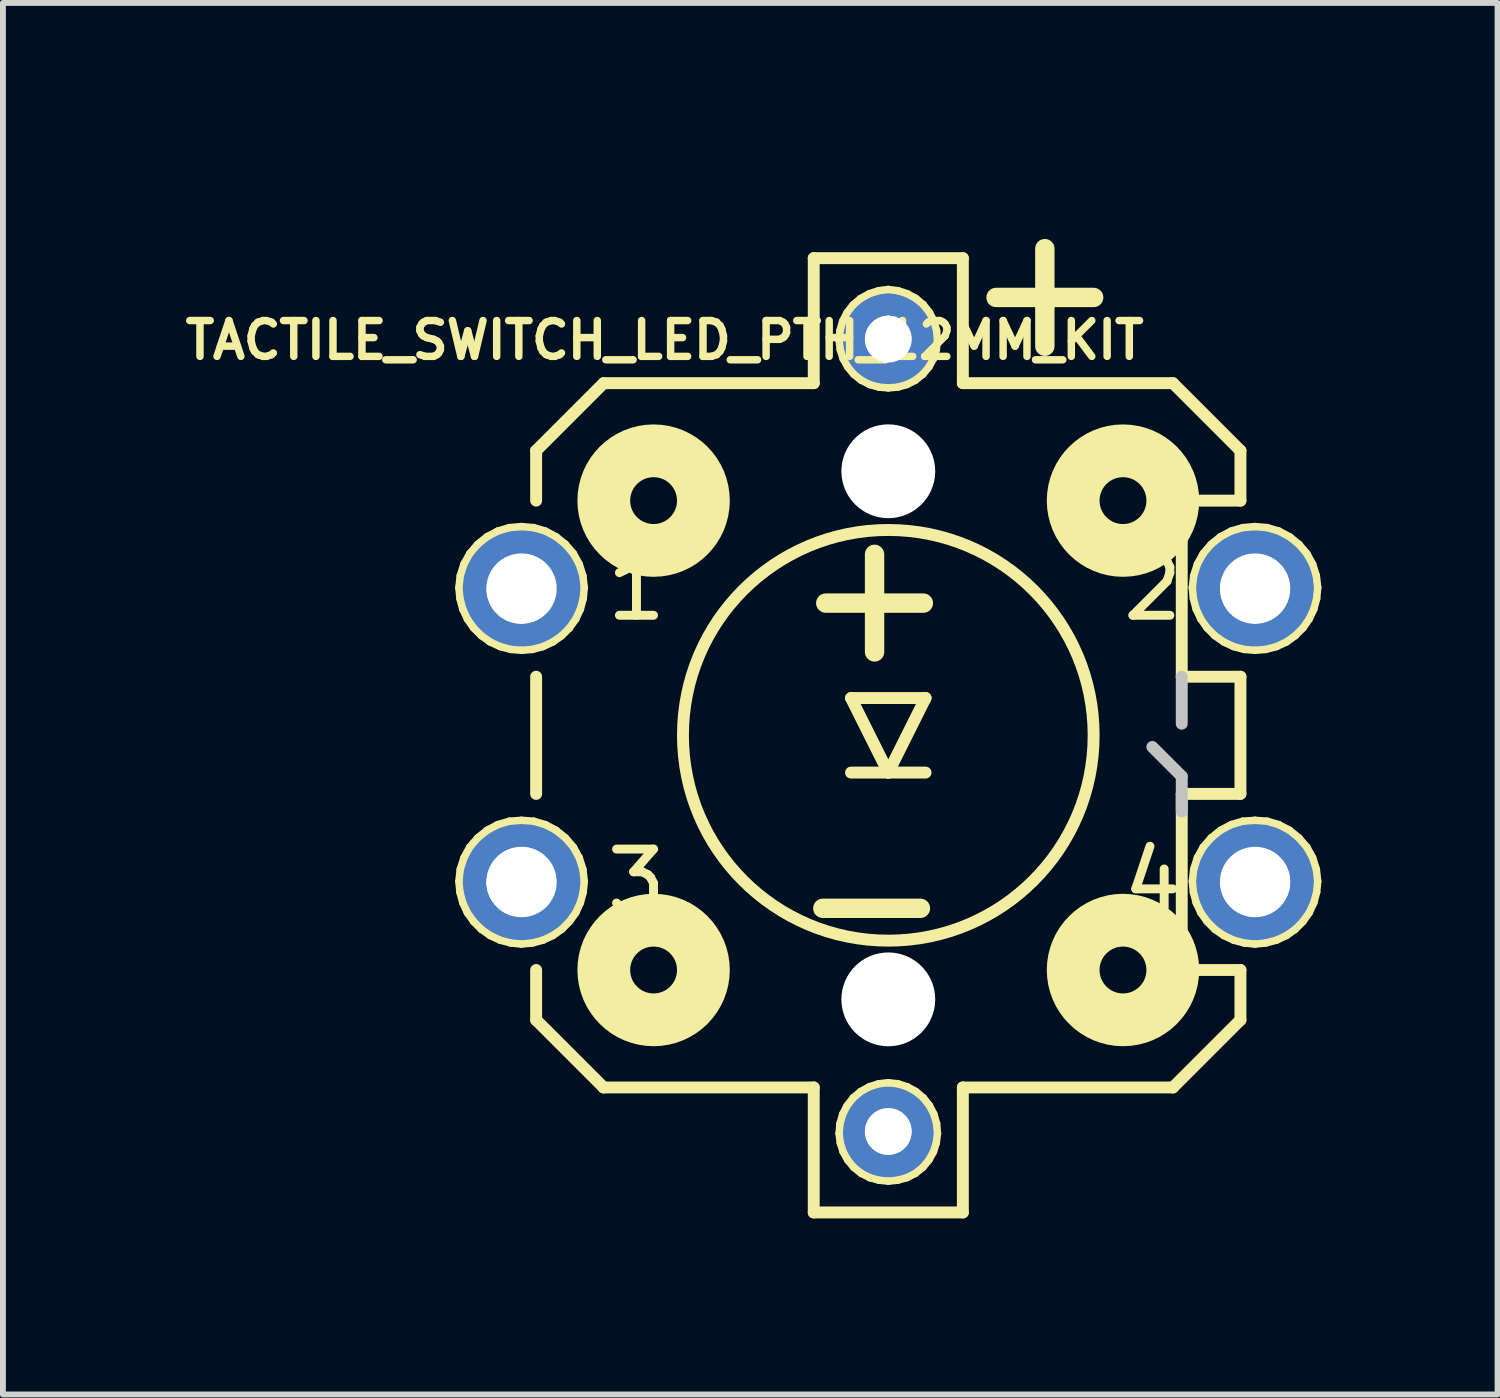
<source format=kicad_pcb>
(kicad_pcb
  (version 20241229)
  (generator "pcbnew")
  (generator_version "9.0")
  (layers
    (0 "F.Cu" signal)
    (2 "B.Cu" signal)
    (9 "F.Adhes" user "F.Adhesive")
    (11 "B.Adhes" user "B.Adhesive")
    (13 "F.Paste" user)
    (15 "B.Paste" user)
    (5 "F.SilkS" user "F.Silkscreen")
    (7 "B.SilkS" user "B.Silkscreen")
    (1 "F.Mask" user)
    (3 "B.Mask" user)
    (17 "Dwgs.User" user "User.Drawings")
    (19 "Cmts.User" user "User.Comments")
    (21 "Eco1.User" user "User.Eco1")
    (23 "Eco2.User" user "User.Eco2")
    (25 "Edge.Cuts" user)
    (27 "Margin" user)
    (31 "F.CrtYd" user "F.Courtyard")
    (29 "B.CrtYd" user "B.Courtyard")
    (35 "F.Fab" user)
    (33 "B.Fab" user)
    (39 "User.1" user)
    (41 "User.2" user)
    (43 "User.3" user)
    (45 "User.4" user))
  (footprint "TACTILE_SWITCH_LED_PTH_12MM_KIT"
    (layer "F.Cu")
    (at 12.082 9.476)
    (property "Reference" "TACTILE_SWITCH_LED_PTH_12MM_KIT" (at -3.81 -6.731 0) (layer "F.SilkS") (effects (font (size 0.61 0.61) (thickness 0.127))))
    (attr exclude_from_pos_files exclude_from_bom)
    (fp_line (start -7.315 -2.515) (end -7.297 -2.329) (stroke (width 0.127) (type solid)) (layer "F.SilkS"))
    (fp_line (start -7.315 2.489) (end -7.297 2.672) (stroke (width 0.127) (type solid)) (layer "F.SilkS"))
    (fp_line (start -7.297 -2.329) (end -7.249 -2.149) (stroke (width 0.127) (type solid)) (layer "F.SilkS"))
    (fp_line (start -7.297 2.672) (end -7.249 2.852) (stroke (width 0.127) (type solid)) (layer "F.SilkS"))
    (fp_line (start -7.292 -2.718) (end -7.315 -2.515) (stroke (width 0.127) (type solid)) (layer "F.SilkS"))
    (fp_line (start -7.292 2.283) (end -7.315 2.489) (stroke (width 0.127) (type solid)) (layer "F.SilkS"))
    (fp_line (start -7.249 -2.149) (end -7.17 -1.981) (stroke (width 0.127) (type solid)) (layer "F.SilkS"))
    (fp_line (start -7.249 2.852) (end -7.17 3.023) (stroke (width 0.127) (type solid)) (layer "F.SilkS"))
    (fp_line (start -7.229 -2.916) (end -7.292 -2.718) (stroke (width 0.127) (type solid)) (layer "F.SilkS"))
    (fp_line (start -7.229 2.085) (end -7.292 2.283) (stroke (width 0.127) (type solid)) (layer "F.SilkS"))
    (fp_line (start -7.17 -1.981) (end -7.064 -1.829) (stroke (width 0.127) (type solid)) (layer "F.SilkS"))
    (fp_line (start -7.17 3.023) (end -7.064 3.172) (stroke (width 0.127) (type solid)) (layer "F.SilkS"))
    (fp_line (start -7.13 -3.096) (end -7.229 -2.916) (stroke (width 0.127) (type solid)) (layer "F.SilkS"))
    (fp_line (start -7.13 1.905) (end -7.229 2.085) (stroke (width 0.127) (type solid)) (layer "F.SilkS"))
    (fp_line (start -7.064 -1.829) (end -6.932 -1.697) (stroke (width 0.127) (type solid)) (layer "F.SilkS"))
    (fp_line (start -7.064 3.172) (end -6.932 3.305) (stroke (width 0.127) (type solid)) (layer "F.SilkS"))
    (fp_line (start -6.995 -3.254) (end -7.13 -3.096) (stroke (width 0.127) (type solid)) (layer "F.SilkS"))
    (fp_line (start -6.995 1.748) (end -7.13 1.905) (stroke (width 0.127) (type solid)) (layer "F.SilkS"))
    (fp_line (start -6.932 -1.697) (end -6.782 -1.59) (stroke (width 0.127) (type solid)) (layer "F.SilkS"))
    (fp_line (start -6.932 3.305) (end -6.782 3.411) (stroke (width 0.127) (type solid)) (layer "F.SilkS"))
    (fp_line (start -6.835 -3.383) (end -6.995 -3.254) (stroke (width 0.127) (type solid)) (layer "F.SilkS"))
    (fp_line (start -6.835 1.618) (end -6.995 1.748) (stroke (width 0.127) (type solid)) (layer "F.SilkS"))
    (fp_line (start -6.782 -1.59) (end -6.612 -1.511) (stroke (width 0.127) (type solid)) (layer "F.SilkS"))
    (fp_line (start -6.782 2.52) (end -6.764 2.634) (stroke (width 0.127) (type solid)) (layer "F.SilkS"))
    (fp_line (start -6.782 3.411) (end -6.612 3.49) (stroke (width 0.127) (type solid)) (layer "F.SilkS"))
    (fp_line (start -6.777 -2.469) (end -6.761 -2.355) (stroke (width 0.127) (type solid)) (layer "F.SilkS"))
    (fp_line (start -6.769 2.398) (end -6.782 2.52) (stroke (width 0.127) (type solid)) (layer "F.SilkS"))
    (fp_line (start -6.767 -2.591) (end -6.777 -2.469) (stroke (width 0.127) (type solid)) (layer "F.SilkS"))
    (fp_line (start -6.764 2.634) (end -6.723 2.741) (stroke (width 0.127) (type solid)) (layer "F.SilkS"))
    (fp_line (start -6.761 -2.355) (end -6.721 -2.248) (stroke (width 0.127) (type solid)) (layer "F.SilkS"))
    (fp_line (start -6.731 2.283) (end -6.769 2.398) (stroke (width 0.127) (type solid)) (layer "F.SilkS"))
    (fp_line (start -6.728 -2.705) (end -6.767 -2.591) (stroke (width 0.127) (type solid)) (layer "F.SilkS"))
    (fp_line (start -6.723 2.741) (end -6.66 2.837) (stroke (width 0.127) (type solid)) (layer "F.SilkS"))
    (fp_line (start -6.721 -2.248) (end -6.657 -2.151) (stroke (width 0.127) (type solid)) (layer "F.SilkS"))
    (fp_line (start -6.67 2.179) (end -6.731 2.283) (stroke (width 0.127) (type solid)) (layer "F.SilkS"))
    (fp_line (start -6.668 -2.809) (end -6.728 -2.705) (stroke (width 0.127) (type solid)) (layer "F.SilkS"))
    (fp_line (start -6.66 2.837) (end -6.576 2.918) (stroke (width 0.127) (type solid)) (layer "F.SilkS"))
    (fp_line (start -6.657 -2.151) (end -6.574 -2.07) (stroke (width 0.127) (type solid)) (layer "F.SilkS"))
    (fp_line (start -6.652 -3.48) (end -6.835 -3.383) (stroke (width 0.127) (type solid)) (layer "F.SilkS"))
    (fp_line (start -6.652 1.521) (end -6.835 1.618) (stroke (width 0.127) (type solid)) (layer "F.SilkS"))
    (fp_line (start -6.612 -1.511) (end -6.431 -1.463) (stroke (width 0.127) (type solid)) (layer "F.SilkS"))
    (fp_line (start -6.612 3.49) (end -6.431 3.538) (stroke (width 0.127) (type solid)) (layer "F.SilkS"))
    (fp_line (start -6.586 2.093) (end -6.67 2.179) (stroke (width 0.127) (type solid)) (layer "F.SilkS"))
    (fp_line (start -6.584 -2.896) (end -6.668 -2.809) (stroke (width 0.127) (type solid)) (layer "F.SilkS"))
    (fp_line (start -6.576 2.918) (end -6.477 2.977) (stroke (width 0.127) (type solid)) (layer "F.SilkS"))
    (fp_line (start -6.574 -2.07) (end -6.474 -2.012) (stroke (width 0.127) (type solid)) (layer "F.SilkS"))
    (fp_line (start -6.485 2.024) (end -6.586 2.093) (stroke (width 0.127) (type solid)) (layer "F.SilkS"))
    (fp_line (start -6.482 -2.964) (end -6.584 -2.896) (stroke (width 0.127) (type solid)) (layer "F.SilkS"))
    (fp_line (start -6.477 2.977) (end -6.368 3.012) (stroke (width 0.127) (type solid)) (layer "F.SilkS"))
    (fp_line (start -6.474 -2.012) (end -6.365 -1.976) (stroke (width 0.127) (type solid)) (layer "F.SilkS"))
    (fp_line (start -6.454 -3.538) (end -6.652 -3.48) (stroke (width 0.127) (type solid)) (layer "F.SilkS"))
    (fp_line (start -6.454 1.463) (end -6.652 1.521) (stroke (width 0.127) (type solid)) (layer "F.SilkS"))
    (fp_line (start -6.431 -1.463) (end -6.248 -1.448) (stroke (width 0.127) (type solid)) (layer "F.SilkS"))
    (fp_line (start -6.431 3.538) (end -6.248 3.556) (stroke (width 0.127) (type solid)) (layer "F.SilkS"))
    (fp_line (start -6.373 1.984) (end -6.485 2.024) (stroke (width 0.127) (type solid)) (layer "F.SilkS"))
    (fp_line (start -6.37 -3.005) (end -6.482 -2.964) (stroke (width 0.127) (type solid)) (layer "F.SilkS"))
    (fp_line (start -6.368 3.012) (end -6.253 3.025) (stroke (width 0.127) (type solid)) (layer "F.SilkS"))
    (fp_line (start -6.365 -1.976) (end -6.251 -1.963) (stroke (width 0.127) (type solid)) (layer "F.SilkS"))
    (fp_line (start -6.253 3.025) (end -6.134 3.007) (stroke (width 0.127) (type solid)) (layer "F.SilkS"))
    (fp_line (start -6.251 -1.963) (end -6.132 -1.981) (stroke (width 0.127) (type solid)) (layer "F.SilkS"))
    (fp_line (start -6.251 1.968) (end -6.373 1.984) (stroke (width 0.127) (type solid)) (layer "F.SilkS"))
    (fp_line (start -6.248 -3.556) (end -6.454 -3.538) (stroke (width 0.127) (type solid)) (layer "F.SilkS"))
    (fp_line (start -6.248 -3.02) (end -6.37 -3.005) (stroke (width 0.127) (type solid)) (layer "F.SilkS"))
    (fp_line (start -6.248 -1.448) (end -6.063 -1.463) (stroke (width 0.127) (type solid)) (layer "F.SilkS"))
    (fp_line (start -6.248 1.448) (end -6.454 1.463) (stroke (width 0.127) (type solid)) (layer "F.SilkS"))
    (fp_line (start -6.248 3.556) (end -6.063 3.538) (stroke (width 0.127) (type solid)) (layer "F.SilkS"))
    (fp_line (start -6.137 1.979) (end -6.251 1.968) (stroke (width 0.127) (type solid)) (layer "F.SilkS"))
    (fp_line (start -6.134 -3.01) (end -6.248 -3.02) (stroke (width 0.127) (type solid)) (layer "F.SilkS"))
    (fp_line (start -6.134 3.007) (end -6.02 2.967) (stroke (width 0.127) (type solid)) (layer "F.SilkS"))
    (fp_line (start -6.132 -1.981) (end -6.017 -2.022) (stroke (width 0.127) (type solid)) (layer "F.SilkS"))
    (fp_line (start -6.063 -1.463) (end -5.883 -1.511) (stroke (width 0.127) (type solid)) (layer "F.SilkS"))
    (fp_line (start -6.063 3.538) (end -5.883 3.49) (stroke (width 0.127) (type solid)) (layer "F.SilkS"))
    (fp_line (start -6.04 -3.538) (end -6.248 -3.556) (stroke (width 0.127) (type solid)) (layer "F.SilkS"))
    (fp_line (start -6.04 1.463) (end -6.248 1.448) (stroke (width 0.127) (type solid)) (layer "F.SilkS"))
    (fp_line (start -6.027 2.014) (end -6.137 1.979) (stroke (width 0.127) (type solid)) (layer "F.SilkS"))
    (fp_line (start -6.025 -2.974) (end -6.134 -3.01) (stroke (width 0.127) (type solid)) (layer "F.SilkS"))
    (fp_line (start -6.02 2.967) (end -5.921 2.901) (stroke (width 0.127) (type solid)) (layer "F.SilkS"))
    (fp_line (start -6.017 -2.022) (end -5.918 -2.088) (stroke (width 0.127) (type solid)) (layer "F.SilkS"))
    (fp_line (start -5.999 -4.849) (end -4.849 -5.999) (stroke (width 0.203) (type solid)) (layer "F.SilkS"))
    (fp_line (start -5.999 -3.998) (end -5.999 -4.849) (stroke (width 0.203) (type solid)) (layer "F.SilkS"))
    (fp_line (start -5.999 0.998) (end -5.999 -0.998) (stroke (width 0.203) (type solid)) (layer "F.SilkS"))
    (fp_line (start -5.999 4.849) (end -5.999 3.998) (stroke (width 0.203) (type solid)) (layer "F.SilkS"))
    (fp_line (start -5.928 2.075) (end -6.027 2.014) (stroke (width 0.127) (type solid)) (layer "F.SilkS"))
    (fp_line (start -5.926 -2.913) (end -6.025 -2.974) (stroke (width 0.127) (type solid)) (layer "F.SilkS"))
    (fp_line (start -5.921 2.901) (end -5.837 2.814) (stroke (width 0.127) (type solid)) (layer "F.SilkS"))
    (fp_line (start -5.918 -2.088) (end -5.834 -2.174) (stroke (width 0.127) (type solid)) (layer "F.SilkS"))
    (fp_line (start -5.883 -1.511) (end -5.715 -1.59) (stroke (width 0.127) (type solid)) (layer "F.SilkS"))
    (fp_line (start -5.883 3.49) (end -5.715 3.411) (stroke (width 0.127) (type solid)) (layer "F.SilkS"))
    (fp_line (start -5.845 2.156) (end -5.928 2.075) (stroke (width 0.127) (type solid)) (layer "F.SilkS"))
    (fp_line (start -5.842 -3.48) (end -6.04 -3.538) (stroke (width 0.127) (type solid)) (layer "F.SilkS"))
    (fp_line (start -5.842 -2.832) (end -5.926 -2.913) (stroke (width 0.127) (type solid)) (layer "F.SilkS"))
    (fp_line (start -5.842 1.521) (end -6.04 1.463) (stroke (width 0.127) (type solid)) (layer "F.SilkS"))
    (fp_line (start -5.837 2.814) (end -5.776 2.71) (stroke (width 0.127) (type solid)) (layer "F.SilkS"))
    (fp_line (start -5.834 -2.174) (end -5.773 -2.278) (stroke (width 0.127) (type solid)) (layer "F.SilkS"))
    (fp_line (start -5.781 2.253) (end -5.845 2.156) (stroke (width 0.127) (type solid)) (layer "F.SilkS"))
    (fp_line (start -5.779 -2.736) (end -5.842 -2.832) (stroke (width 0.127) (type solid)) (layer "F.SilkS"))
    (fp_line (start -5.776 2.71) (end -5.738 2.598) (stroke (width 0.127) (type solid)) (layer "F.SilkS"))
    (fp_line (start -5.773 -2.278) (end -5.735 -2.39) (stroke (width 0.127) (type solid)) (layer "F.SilkS"))
    (fp_line (start -5.74 2.362) (end -5.781 2.253) (stroke (width 0.127) (type solid)) (layer "F.SilkS"))
    (fp_line (start -5.738 -2.626) (end -5.779 -2.736) (stroke (width 0.127) (type solid)) (layer "F.SilkS"))
    (fp_line (start -5.738 2.598) (end -5.728 2.479) (stroke (width 0.127) (type solid)) (layer "F.SilkS"))
    (fp_line (start -5.735 -2.39) (end -5.723 -2.51) (stroke (width 0.127) (type solid)) (layer "F.SilkS"))
    (fp_line (start -5.728 2.479) (end -5.74 2.362) (stroke (width 0.127) (type solid)) (layer "F.SilkS"))
    (fp_line (start -5.723 -2.51) (end -5.738 -2.626) (stroke (width 0.127) (type solid)) (layer "F.SilkS"))
    (fp_line (start -5.715 -1.59) (end -5.563 -1.697) (stroke (width 0.127) (type solid)) (layer "F.SilkS"))
    (fp_line (start -5.715 3.411) (end -5.563 3.305) (stroke (width 0.127) (type solid)) (layer "F.SilkS"))
    (fp_line (start -5.659 -3.383) (end -5.842 -3.48) (stroke (width 0.127) (type solid)) (layer "F.SilkS"))
    (fp_line (start -5.659 1.618) (end -5.842 1.521) (stroke (width 0.127) (type solid)) (layer "F.SilkS"))
    (fp_line (start -5.563 -1.697) (end -5.431 -1.829) (stroke (width 0.127) (type solid)) (layer "F.SilkS"))
    (fp_line (start -5.563 3.305) (end -5.431 3.172) (stroke (width 0.127) (type solid)) (layer "F.SilkS"))
    (fp_line (start -5.499 -3.254) (end -5.659 -3.383) (stroke (width 0.127) (type solid)) (layer "F.SilkS"))
    (fp_line (start -5.499 1.748) (end -5.659 1.618) (stroke (width 0.127) (type solid)) (layer "F.SilkS"))
    (fp_line (start -5.431 -1.829) (end -5.324 -1.981) (stroke (width 0.127) (type solid)) (layer "F.SilkS"))
    (fp_line (start -5.431 3.172) (end -5.324 3.023) (stroke (width 0.127) (type solid)) (layer "F.SilkS"))
    (fp_line (start -5.364 -3.096) (end -5.499 -3.254) (stroke (width 0.127) (type solid)) (layer "F.SilkS"))
    (fp_line (start -5.364 1.905) (end -5.499 1.748) (stroke (width 0.127) (type solid)) (layer "F.SilkS"))
    (fp_line (start -5.324 -1.981) (end -5.245 -2.149) (stroke (width 0.127) (type solid)) (layer "F.SilkS"))
    (fp_line (start -5.324 3.023) (end -5.245 2.852) (stroke (width 0.127) (type solid)) (layer "F.SilkS"))
    (fp_line (start -5.265 -2.916) (end -5.364 -3.096) (stroke (width 0.127) (type solid)) (layer "F.SilkS"))
    (fp_line (start -5.265 2.085) (end -5.364 1.905) (stroke (width 0.127) (type solid)) (layer "F.SilkS"))
    (fp_line (start -5.245 -2.149) (end -5.197 -2.329) (stroke (width 0.127) (type solid)) (layer "F.SilkS"))
    (fp_line (start -5.245 2.852) (end -5.197 2.672) (stroke (width 0.127) (type solid)) (layer "F.SilkS"))
    (fp_line (start -5.202 -2.718) (end -5.265 -2.916) (stroke (width 0.127) (type solid)) (layer "F.SilkS"))
    (fp_line (start -5.202 2.283) (end -5.265 2.085) (stroke (width 0.127) (type solid)) (layer "F.SilkS"))
    (fp_line (start -5.197 -2.329) (end -5.179 -2.515) (stroke (width 0.127) (type solid)) (layer "F.SilkS"))
    (fp_line (start -5.197 2.672) (end -5.179 2.489) (stroke (width 0.127) (type solid)) (layer "F.SilkS"))
    (fp_line (start -5.179 -2.515) (end -5.202 -2.718) (stroke (width 0.127) (type solid)) (layer "F.SilkS"))
    (fp_line (start -5.179 2.489) (end -5.202 2.283) (stroke (width 0.127) (type solid)) (layer "F.SilkS"))
    (fp_line (start -4.849 -5.999) (end -1.27 -5.999) (stroke (width 0.203) (type solid)) (layer "F.SilkS"))
    (fp_line (start -4.849 5.999) (end -5.999 4.849) (stroke (width 0.203) (type solid)) (layer "F.SilkS"))
    (fp_line (start -1.27 -8.128) (end 1.27 -8.128) (stroke (width 0.203) (type solid)) (layer "F.SilkS"))
    (fp_line (start -1.27 -5.999) (end -1.27 -8.128) (stroke (width 0.203) (type solid)) (layer "F.SilkS"))
    (fp_line (start -1.27 5.999) (end -4.849 5.999) (stroke (width 0.203) (type solid)) (layer "F.SilkS"))
    (fp_line (start -1.27 8.128) (end -1.27 5.999) (stroke (width 0.203) (type solid)) (layer "F.SilkS"))
    (fp_line (start -0.838 -6.731) (end -0.818 -6.568) (stroke (width 0.127) (type solid)) (layer "F.SilkS"))
    (fp_line (start -0.838 6.782) (end -0.818 6.942) (stroke (width 0.127) (type solid)) (layer "F.SilkS"))
    (fp_line (start -0.823 -6.896) (end -0.838 -6.731) (stroke (width 0.127) (type solid)) (layer "F.SilkS"))
    (fp_line (start -0.823 6.614) (end -0.838 6.782) (stroke (width 0.127) (type solid)) (layer "F.SilkS"))
    (fp_line (start -0.818 -6.568) (end -0.77 -6.416) (stroke (width 0.127) (type solid)) (layer "F.SilkS"))
    (fp_line (start -0.818 6.942) (end -0.77 7.094) (stroke (width 0.127) (type solid)) (layer "F.SilkS"))
    (fp_line (start -0.777 -7.056) (end -0.823 -6.896) (stroke (width 0.127) (type solid)) (layer "F.SilkS"))
    (fp_line (start -0.777 6.454) (end -0.823 6.614) (stroke (width 0.127) (type solid)) (layer "F.SilkS"))
    (fp_line (start -0.77 -6.416) (end -0.691 -6.274) (stroke (width 0.127) (type solid)) (layer "F.SilkS"))
    (fp_line (start -0.77 7.094) (end -0.691 7.236) (stroke (width 0.127) (type solid)) (layer "F.SilkS"))
    (fp_line (start -0.701 -7.203) (end -0.777 -7.056) (stroke (width 0.127) (type solid)) (layer "F.SilkS"))
    (fp_line (start -0.701 6.307) (end -0.777 6.454) (stroke (width 0.127) (type solid)) (layer "F.SilkS"))
    (fp_line (start -0.691 -6.274) (end -0.587 -6.149) (stroke (width 0.127) (type solid)) (layer "F.SilkS"))
    (fp_line (start -0.691 7.236) (end -0.587 7.361) (stroke (width 0.127) (type solid)) (layer "F.SilkS"))
    (fp_line (start -0.635 -0.635) (end 0 0.635) (stroke (width 0.203) (type solid)) (layer "F.SilkS"))
    (fp_line (start -0.597 -7.336) (end -0.701 -7.203) (stroke (width 0.127) (type solid)) (layer "F.SilkS"))
    (fp_line (start -0.597 6.175) (end -0.701 6.307) (stroke (width 0.127) (type solid)) (layer "F.SilkS"))
    (fp_line (start -0.587 -6.149) (end -0.46 -6.048) (stroke (width 0.127) (type solid)) (layer "F.SilkS"))
    (fp_line (start -0.587 7.361) (end -0.46 7.463) (stroke (width 0.127) (type solid)) (layer "F.SilkS"))
    (fp_line (start -0.47 -7.442) (end -0.597 -7.336) (stroke (width 0.127) (type solid)) (layer "F.SilkS"))
    (fp_line (start -0.47 6.068) (end -0.597 6.175) (stroke (width 0.127) (type solid)) (layer "F.SilkS"))
    (fp_line (start -0.46 -6.048) (end -0.315 -5.974) (stroke (width 0.127) (type solid)) (layer "F.SilkS"))
    (fp_line (start -0.46 7.463) (end -0.315 7.536) (stroke (width 0.127) (type solid)) (layer "F.SilkS"))
    (fp_line (start -0.33 -6.731) (end -0.315 -6.647) (stroke (width 0.127) (type solid)) (layer "F.SilkS"))
    (fp_line (start -0.33 6.774) (end -0.315 6.855) (stroke (width 0.127) (type solid)) (layer "F.SilkS"))
    (fp_line (start -0.323 -7.523) (end -0.47 -7.442) (stroke (width 0.127) (type solid)) (layer "F.SilkS"))
    (fp_line (start -0.323 -6.807) (end -0.33 -6.731) (stroke (width 0.127) (type solid)) (layer "F.SilkS"))
    (fp_line (start -0.323 5.987) (end -0.47 6.068) (stroke (width 0.127) (type solid)) (layer "F.SilkS"))
    (fp_line (start -0.323 6.695) (end -0.33 6.774) (stroke (width 0.127) (type solid)) (layer "F.SilkS"))
    (fp_line (start -0.315 -6.647) (end -0.279 -6.574) (stroke (width 0.127) (type solid)) (layer "F.SilkS"))
    (fp_line (start -0.315 -5.974) (end -0.16 -5.931) (stroke (width 0.127) (type solid)) (layer "F.SilkS"))
    (fp_line (start -0.315 6.855) (end -0.279 6.929) (stroke (width 0.127) (type solid)) (layer "F.SilkS"))
    (fp_line (start -0.315 7.536) (end -0.16 7.579) (stroke (width 0.127) (type solid)) (layer "F.SilkS"))
    (fp_line (start -0.3 -6.881) (end -0.323 -6.807) (stroke (width 0.127) (type solid)) (layer "F.SilkS"))
    (fp_line (start -0.3 6.622) (end -0.323 6.695) (stroke (width 0.127) (type solid)) (layer "F.SilkS"))
    (fp_line (start -0.279 -6.574) (end -0.226 -6.51) (stroke (width 0.127) (type solid)) (layer "F.SilkS"))
    (fp_line (start -0.279 6.929) (end -0.226 6.993) (stroke (width 0.127) (type solid)) (layer "F.SilkS"))
    (fp_line (start -0.262 -6.947) (end -0.3 -6.881) (stroke (width 0.127) (type solid)) (layer "F.SilkS"))
    (fp_line (start -0.262 6.556) (end -0.3 6.622) (stroke (width 0.127) (type solid)) (layer "F.SilkS"))
    (fp_line (start -0.226 -6.51) (end -0.16 -6.462) (stroke (width 0.127) (type solid)) (layer "F.SilkS"))
    (fp_line (start -0.226 6.993) (end -0.16 7.041) (stroke (width 0.127) (type solid)) (layer "F.SilkS"))
    (fp_line (start -0.211 -7.003) (end -0.262 -6.947) (stroke (width 0.127) (type solid)) (layer "F.SilkS"))
    (fp_line (start -0.211 6.5) (end -0.262 6.556) (stroke (width 0.127) (type solid)) (layer "F.SilkS"))
    (fp_line (start -0.165 -7.574) (end -0.323 -7.523) (stroke (width 0.127) (type solid)) (layer "F.SilkS"))
    (fp_line (start -0.165 5.936) (end -0.323 5.987) (stroke (width 0.127) (type solid)) (layer "F.SilkS"))
    (fp_line (start -0.16 -6.462) (end -0.081 -6.431) (stroke (width 0.127) (type solid)) (layer "F.SilkS"))
    (fp_line (start -0.16 -5.931) (end 0 -5.918) (stroke (width 0.127) (type solid)) (layer "F.SilkS"))
    (fp_line (start -0.16 7.041) (end -0.081 7.071) (stroke (width 0.127) (type solid)) (layer "F.SilkS"))
    (fp_line (start -0.16 7.579) (end 0 7.595) (stroke (width 0.127) (type solid)) (layer "F.SilkS"))
    (fp_line (start -0.147 -7.046) (end -0.211 -7.003) (stroke (width 0.127) (type solid)) (layer "F.SilkS"))
    (fp_line (start -0.147 6.457) (end -0.211 6.5) (stroke (width 0.127) (type solid)) (layer "F.SilkS"))
    (fp_line (start -0.081 -6.431) (end 0 -6.426) (stroke (width 0.127) (type solid)) (layer "F.SilkS"))
    (fp_line (start -0.081 7.071) (end 0 7.079) (stroke (width 0.127) (type solid)) (layer "F.SilkS"))
    (fp_line (start -0.074 -7.074) (end -0.147 -7.046) (stroke (width 0.127) (type solid)) (layer "F.SilkS"))
    (fp_line (start -0.074 6.429) (end -0.147 6.457) (stroke (width 0.127) (type solid)) (layer "F.SilkS"))
    (fp_line (start 0 -7.595) (end -0.165 -7.574) (stroke (width 0.127) (type solid)) (layer "F.SilkS"))
    (fp_line (start 0 -7.087) (end -0.074 -7.074) (stroke (width 0.127) (type solid)) (layer "F.SilkS"))
    (fp_line (start 0 -6.426) (end 0.071 -6.434) (stroke (width 0.127) (type solid)) (layer "F.SilkS"))
    (fp_line (start 0 -5.918) (end 0.16 -5.931) (stroke (width 0.127) (type solid)) (layer "F.SilkS"))
    (fp_line (start 0 0.635) (end -0.635 0.635) (stroke (width 0.203) (type solid)) (layer "F.SilkS"))
    (fp_line (start 0 0.635) (end 0.635 -0.635) (stroke (width 0.203) (type solid)) (layer "F.SilkS"))
    (fp_line (start 0 5.918) (end -0.165 5.936) (stroke (width 0.127) (type solid)) (layer "F.SilkS"))
    (fp_line (start 0 6.419) (end -0.074 6.429) (stroke (width 0.127) (type solid)) (layer "F.SilkS"))
    (fp_line (start 0 7.079) (end 0.071 7.069) (stroke (width 0.127) (type solid)) (layer "F.SilkS"))
    (fp_line (start 0 7.595) (end 0.16 7.579) (stroke (width 0.127) (type solid)) (layer "F.SilkS"))
    (fp_line (start 0.071 -6.434) (end 0.142 -6.457) (stroke (width 0.127) (type solid)) (layer "F.SilkS"))
    (fp_line (start 0.071 7.069) (end 0.142 7.046) (stroke (width 0.127) (type solid)) (layer "F.SilkS"))
    (fp_line (start 0.084 -7.074) (end 0 -7.087) (stroke (width 0.127) (type solid)) (layer "F.SilkS"))
    (fp_line (start 0.084 6.429) (end 0 6.419) (stroke (width 0.127) (type solid)) (layer "F.SilkS"))
    (fp_line (start 0.142 -6.457) (end 0.206 -6.497) (stroke (width 0.127) (type solid)) (layer "F.SilkS"))
    (fp_line (start 0.142 7.046) (end 0.206 7.005) (stroke (width 0.127) (type solid)) (layer "F.SilkS"))
    (fp_line (start 0.16 -5.931) (end 0.315 -5.974) (stroke (width 0.127) (type solid)) (layer "F.SilkS"))
    (fp_line (start 0.16 7.579) (end 0.315 7.536) (stroke (width 0.127) (type solid)) (layer "F.SilkS"))
    (fp_line (start 0.165 -7.574) (end 0 -7.595) (stroke (width 0.127) (type solid)) (layer "F.SilkS"))
    (fp_line (start 0.165 -7.041) (end 0.084 -7.074) (stroke (width 0.127) (type solid)) (layer "F.SilkS"))
    (fp_line (start 0.165 5.936) (end 0 5.918) (stroke (width 0.127) (type solid)) (layer "F.SilkS"))
    (fp_line (start 0.165 6.462) (end 0.084 6.429) (stroke (width 0.127) (type solid)) (layer "F.SilkS"))
    (fp_line (start 0.206 -6.497) (end 0.257 -6.548) (stroke (width 0.127) (type solid)) (layer "F.SilkS"))
    (fp_line (start 0.206 7.005) (end 0.257 6.955) (stroke (width 0.127) (type solid)) (layer "F.SilkS"))
    (fp_line (start 0.231 -6.988) (end 0.165 -7.041) (stroke (width 0.127) (type solid)) (layer "F.SilkS"))
    (fp_line (start 0.231 6.515) (end 0.165 6.462) (stroke (width 0.127) (type solid)) (layer "F.SilkS"))
    (fp_line (start 0.257 -6.548) (end 0.297 -6.612) (stroke (width 0.127) (type solid)) (layer "F.SilkS"))
    (fp_line (start 0.257 6.955) (end 0.297 6.891) (stroke (width 0.127) (type solid)) (layer "F.SilkS"))
    (fp_line (start 0.284 -6.921) (end 0.231 -6.988) (stroke (width 0.127) (type solid)) (layer "F.SilkS"))
    (fp_line (start 0.284 6.584) (end 0.231 6.515) (stroke (width 0.127) (type solid)) (layer "F.SilkS"))
    (fp_line (start 0.297 -6.612) (end 0.32 -6.683) (stroke (width 0.127) (type solid)) (layer "F.SilkS"))
    (fp_line (start 0.297 6.891) (end 0.32 6.82) (stroke (width 0.127) (type solid)) (layer "F.SilkS"))
    (fp_line (start 0.315 -5.974) (end 0.46 -6.048) (stroke (width 0.127) (type solid)) (layer "F.SilkS"))
    (fp_line (start 0.315 7.536) (end 0.46 7.463) (stroke (width 0.127) (type solid)) (layer "F.SilkS"))
    (fp_line (start 0.318 -6.84) (end 0.284 -6.921) (stroke (width 0.127) (type solid)) (layer "F.SilkS"))
    (fp_line (start 0.318 6.662) (end 0.284 6.584) (stroke (width 0.127) (type solid)) (layer "F.SilkS"))
    (fp_line (start 0.32 -6.683) (end 0.33 -6.756) (stroke (width 0.127) (type solid)) (layer "F.SilkS"))
    (fp_line (start 0.32 6.82) (end 0.33 6.749) (stroke (width 0.127) (type solid)) (layer "F.SilkS"))
    (fp_line (start 0.323 -7.523) (end 0.165 -7.574) (stroke (width 0.127) (type solid)) (layer "F.SilkS"))
    (fp_line (start 0.323 5.987) (end 0.165 5.936) (stroke (width 0.127) (type solid)) (layer "F.SilkS"))
    (fp_line (start 0.33 -6.756) (end 0.318 -6.84) (stroke (width 0.127) (type solid)) (layer "F.SilkS"))
    (fp_line (start 0.33 6.749) (end 0.318 6.662) (stroke (width 0.127) (type solid)) (layer "F.SilkS"))
    (fp_line (start 0.46 -6.048) (end 0.587 -6.149) (stroke (width 0.127) (type solid)) (layer "F.SilkS"))
    (fp_line (start 0.46 7.463) (end 0.587 7.361) (stroke (width 0.127) (type solid)) (layer "F.SilkS"))
    (fp_line (start 0.47 -7.442) (end 0.323 -7.523) (stroke (width 0.127) (type solid)) (layer "F.SilkS"))
    (fp_line (start 0.47 6.068) (end 0.323 5.987) (stroke (width 0.127) (type solid)) (layer "F.SilkS"))
    (fp_line (start 0.587 -6.149) (end 0.691 -6.274) (stroke (width 0.127) (type solid)) (layer "F.SilkS"))
    (fp_line (start 0.587 7.361) (end 0.691 7.236) (stroke (width 0.127) (type solid)) (layer "F.SilkS"))
    (fp_line (start 0.597 -7.336) (end 0.47 -7.442) (stroke (width 0.127) (type solid)) (layer "F.SilkS"))
    (fp_line (start 0.597 6.175) (end 0.47 6.068) (stroke (width 0.127) (type solid)) (layer "F.SilkS"))
    (fp_line (start 0.635 -0.635) (end -0.635 -0.635) (stroke (width 0.203) (type solid)) (layer "F.SilkS"))
    (fp_line (start 0.635 0.635) (end 0 0.635) (stroke (width 0.203) (type solid)) (layer "F.SilkS"))
    (fp_line (start 0.691 -6.274) (end 0.77 -6.416) (stroke (width 0.127) (type solid)) (layer "F.SilkS"))
    (fp_line (start 0.691 7.236) (end 0.77 7.094) (stroke (width 0.127) (type solid)) (layer "F.SilkS"))
    (fp_line (start 0.701 -7.203) (end 0.597 -7.336) (stroke (width 0.127) (type solid)) (layer "F.SilkS"))
    (fp_line (start 0.701 6.307) (end 0.597 6.175) (stroke (width 0.127) (type solid)) (layer "F.SilkS"))
    (fp_line (start 0.77 -6.416) (end 0.818 -6.568) (stroke (width 0.127) (type solid)) (layer "F.SilkS"))
    (fp_line (start 0.77 7.094) (end 0.818 6.942) (stroke (width 0.127) (type solid)) (layer "F.SilkS"))
    (fp_line (start 0.777 -7.056) (end 0.701 -7.203) (stroke (width 0.127) (type solid)) (layer "F.SilkS"))
    (fp_line (start 0.777 6.454) (end 0.701 6.307) (stroke (width 0.127) (type solid)) (layer "F.SilkS"))
    (fp_line (start 0.818 -6.568) (end 0.838 -6.731) (stroke (width 0.127) (type solid)) (layer "F.SilkS"))
    (fp_line (start 0.818 6.942) (end 0.838 6.782) (stroke (width 0.127) (type solid)) (layer "F.SilkS"))
    (fp_line (start 0.823 -6.896) (end 0.777 -7.056) (stroke (width 0.127) (type solid)) (layer "F.SilkS"))
    (fp_line (start 0.823 6.614) (end 0.777 6.454) (stroke (width 0.127) (type solid)) (layer "F.SilkS"))
    (fp_line (start 0.838 -6.731) (end 0.823 -6.896) (stroke (width 0.127) (type solid)) (layer "F.SilkS"))
    (fp_line (start 0.838 6.782) (end 0.823 6.614) (stroke (width 0.127) (type solid)) (layer "F.SilkS"))
    (fp_line (start 1.27 -8.128) (end 1.27 -5.999) (stroke (width 0.203) (type solid)) (layer "F.SilkS"))
    (fp_line (start 1.27 -5.999) (end 4.849 -5.999) (stroke (width 0.203) (type solid)) (layer "F.SilkS"))
    (fp_line (start 1.27 5.999) (end 1.27 8.128) (stroke (width 0.203) (type solid)) (layer "F.SilkS"))
    (fp_line (start 1.27 8.128) (end -1.27 8.128) (stroke (width 0.203) (type solid)) (layer "F.SilkS"))
    (fp_line (start 4.849 -5.999) (end 5.999 -4.849) (stroke (width 0.203) (type solid)) (layer "F.SilkS"))
    (fp_line (start 4.849 5.999) (end 1.27 5.999) (stroke (width 0.203) (type solid)) (layer "F.SilkS"))
    (fp_line (start 4.999 -3.998) (end 5.999 -3.998) (stroke (width 0.203) (type solid)) (layer "F.SilkS"))
    (fp_line (start 4.999 -0.998) (end 4.999 -3.998) (stroke (width 0.203) (type solid)) (layer "F.SilkS"))
    (fp_line (start 4.999 0.998) (end 4.999 3.998) (stroke (width 0.203) (type solid)) (layer "F.SilkS"))
    (fp_line (start 4.999 3.998) (end 5.999 3.998) (stroke (width 0.203) (type solid)) (layer "F.SilkS"))
    (fp_line (start 5.179 -2.515) (end 5.197 -2.329) (stroke (width 0.127) (type solid)) (layer "F.SilkS"))
    (fp_line (start 5.179 2.489) (end 5.197 2.672) (stroke (width 0.127) (type solid)) (layer "F.SilkS"))
    (fp_line (start 5.197 -2.329) (end 5.245 -2.149) (stroke (width 0.127) (type solid)) (layer "F.SilkS"))
    (fp_line (start 5.197 2.672) (end 5.245 2.852) (stroke (width 0.127) (type solid)) (layer "F.SilkS"))
    (fp_line (start 5.202 -2.718) (end 5.179 -2.515) (stroke (width 0.127) (type solid)) (layer "F.SilkS"))
    (fp_line (start 5.202 2.283) (end 5.179 2.489) (stroke (width 0.127) (type solid)) (layer "F.SilkS"))
    (fp_line (start 5.245 -2.149) (end 5.324 -1.981) (stroke (width 0.127) (type solid)) (layer "F.SilkS"))
    (fp_line (start 5.245 2.852) (end 5.324 3.023) (stroke (width 0.127) (type solid)) (layer "F.SilkS"))
    (fp_line (start 5.265 -2.916) (end 5.202 -2.718) (stroke (width 0.127) (type solid)) (layer "F.SilkS"))
    (fp_line (start 5.265 2.085) (end 5.202 2.283) (stroke (width 0.127) (type solid)) (layer "F.SilkS"))
    (fp_line (start 5.324 -1.981) (end 5.431 -1.829) (stroke (width 0.127) (type solid)) (layer "F.SilkS"))
    (fp_line (start 5.324 3.023) (end 5.431 3.172) (stroke (width 0.127) (type solid)) (layer "F.SilkS"))
    (fp_line (start 5.364 -3.096) (end 5.265 -2.916) (stroke (width 0.127) (type solid)) (layer "F.SilkS"))
    (fp_line (start 5.364 1.905) (end 5.265 2.085) (stroke (width 0.127) (type solid)) (layer "F.SilkS"))
    (fp_line (start 5.431 -1.829) (end 5.563 -1.697) (stroke (width 0.127) (type solid)) (layer "F.SilkS"))
    (fp_line (start 5.431 3.172) (end 5.563 3.305) (stroke (width 0.127) (type solid)) (layer "F.SilkS"))
    (fp_line (start 5.499 -3.254) (end 5.364 -3.096) (stroke (width 0.127) (type solid)) (layer "F.SilkS"))
    (fp_line (start 5.499 1.748) (end 5.364 1.905) (stroke (width 0.127) (type solid)) (layer "F.SilkS"))
    (fp_line (start 5.563 -1.697) (end 5.715 -1.59) (stroke (width 0.127) (type solid)) (layer "F.SilkS"))
    (fp_line (start 5.563 3.305) (end 5.715 3.411) (stroke (width 0.127) (type solid)) (layer "F.SilkS"))
    (fp_line (start 5.659 -3.383) (end 5.499 -3.254) (stroke (width 0.127) (type solid)) (layer "F.SilkS"))
    (fp_line (start 5.659 1.618) (end 5.499 1.748) (stroke (width 0.127) (type solid)) (layer "F.SilkS"))
    (fp_line (start 5.715 -1.59) (end 5.883 -1.511) (stroke (width 0.127) (type solid)) (layer "F.SilkS"))
    (fp_line (start 5.715 3.411) (end 5.883 3.49) (stroke (width 0.127) (type solid)) (layer "F.SilkS"))
    (fp_line (start 5.72 -2.471) (end 5.738 -2.357) (stroke (width 0.127) (type solid)) (layer "F.SilkS"))
    (fp_line (start 5.728 2.525) (end 5.743 2.639) (stroke (width 0.127) (type solid)) (layer "F.SilkS"))
    (fp_line (start 5.733 -2.593) (end 5.72 -2.471) (stroke (width 0.127) (type solid)) (layer "F.SilkS"))
    (fp_line (start 5.738 -2.357) (end 5.779 -2.25) (stroke (width 0.127) (type solid)) (layer "F.SilkS"))
    (fp_line (start 5.738 2.403) (end 5.728 2.525) (stroke (width 0.127) (type solid)) (layer "F.SilkS"))
    (fp_line (start 5.743 2.639) (end 5.784 2.746) (stroke (width 0.127) (type solid)) (layer "F.SilkS"))
    (fp_line (start 5.771 -2.708) (end 5.733 -2.593) (stroke (width 0.127) (type solid)) (layer "F.SilkS"))
    (fp_line (start 5.776 2.289) (end 5.738 2.403) (stroke (width 0.127) (type solid)) (layer "F.SilkS"))
    (fp_line (start 5.779 -2.25) (end 5.842 -2.154) (stroke (width 0.127) (type solid)) (layer "F.SilkS"))
    (fp_line (start 5.784 2.746) (end 5.847 2.842) (stroke (width 0.127) (type solid)) (layer "F.SilkS"))
    (fp_line (start 5.832 -2.812) (end 5.771 -2.708) (stroke (width 0.127) (type solid)) (layer "F.SilkS"))
    (fp_line (start 5.837 2.184) (end 5.776 2.289) (stroke (width 0.127) (type solid)) (layer "F.SilkS"))
    (fp_line (start 5.842 -3.48) (end 5.659 -3.383) (stroke (width 0.127) (type solid)) (layer "F.SilkS"))
    (fp_line (start 5.842 -2.154) (end 5.926 -2.073) (stroke (width 0.127) (type solid)) (layer "F.SilkS"))
    (fp_line (start 5.842 1.521) (end 5.659 1.618) (stroke (width 0.127) (type solid)) (layer "F.SilkS"))
    (fp_line (start 5.847 2.842) (end 5.931 2.924) (stroke (width 0.127) (type solid)) (layer "F.SilkS"))
    (fp_line (start 5.883 -1.511) (end 6.063 -1.463) (stroke (width 0.127) (type solid)) (layer "F.SilkS"))
    (fp_line (start 5.883 3.49) (end 6.063 3.538) (stroke (width 0.127) (type solid)) (layer "F.SilkS"))
    (fp_line (start 5.916 -2.898) (end 5.832 -2.812) (stroke (width 0.127) (type solid)) (layer "F.SilkS"))
    (fp_line (start 5.921 2.098) (end 5.837 2.184) (stroke (width 0.127) (type solid)) (layer "F.SilkS"))
    (fp_line (start 5.926 -2.073) (end 6.025 -2.014) (stroke (width 0.127) (type solid)) (layer "F.SilkS"))
    (fp_line (start 5.931 2.924) (end 6.03 2.982) (stroke (width 0.127) (type solid)) (layer "F.SilkS"))
    (fp_line (start 5.999 -4.849) (end 5.999 -3.998) (stroke (width 0.203) (type solid)) (layer "F.SilkS"))
    (fp_line (start 5.999 -0.998) (end 4.999 -0.998) (stroke (width 0.203) (type solid)) (layer "F.SilkS"))
    (fp_line (start 5.999 -0.998) (end 5.999 0.998) (stroke (width 0.203) (type solid)) (layer "F.SilkS"))
    (fp_line (start 5.999 0.998) (end 4.999 0.998) (stroke (width 0.203) (type solid)) (layer "F.SilkS"))
    (fp_line (start 5.999 3.998) (end 5.999 4.849) (stroke (width 0.203) (type solid)) (layer "F.SilkS"))
    (fp_line (start 5.999 4.849) (end 4.849 5.999) (stroke (width 0.203) (type solid)) (layer "F.SilkS"))
    (fp_line (start 6.017 -2.967) (end 5.916 -2.898) (stroke (width 0.127) (type solid)) (layer "F.SilkS"))
    (fp_line (start 6.022 2.029) (end 5.921 2.098) (stroke (width 0.127) (type solid)) (layer "F.SilkS"))
    (fp_line (start 6.025 -2.014) (end 6.134 -1.979) (stroke (width 0.127) (type solid)) (layer "F.SilkS"))
    (fp_line (start 6.03 2.982) (end 6.139 3.018) (stroke (width 0.127) (type solid)) (layer "F.SilkS"))
    (fp_line (start 6.04 -3.538) (end 5.842 -3.48) (stroke (width 0.127) (type solid)) (layer "F.SilkS"))
    (fp_line (start 6.04 1.463) (end 5.842 1.521) (stroke (width 0.127) (type solid)) (layer "F.SilkS"))
    (fp_line (start 6.063 -1.463) (end 6.248 -1.448) (stroke (width 0.127) (type solid)) (layer "F.SilkS"))
    (fp_line (start 6.063 3.538) (end 6.248 3.556) (stroke (width 0.127) (type solid)) (layer "F.SilkS"))
    (fp_line (start 6.129 -3.007) (end 6.017 -2.967) (stroke (width 0.127) (type solid)) (layer "F.SilkS"))
    (fp_line (start 6.134 -1.979) (end 6.248 -1.966) (stroke (width 0.127) (type solid)) (layer "F.SilkS"))
    (fp_line (start 6.134 1.989) (end 6.022 2.029) (stroke (width 0.127) (type solid)) (layer "F.SilkS"))
    (fp_line (start 6.139 3.018) (end 6.253 3.03) (stroke (width 0.127) (type solid)) (layer "F.SilkS"))
    (fp_line (start 6.248 -3.556) (end 6.04 -3.538) (stroke (width 0.127) (type solid)) (layer "F.SilkS"))
    (fp_line (start 6.248 -1.966) (end 6.368 -1.984) (stroke (width 0.127) (type solid)) (layer "F.SilkS"))
    (fp_line (start 6.248 -1.448) (end 6.431 -1.463) (stroke (width 0.127) (type solid)) (layer "F.SilkS"))
    (fp_line (start 6.248 1.448) (end 6.04 1.463) (stroke (width 0.127) (type solid)) (layer "F.SilkS"))
    (fp_line (start 6.248 3.556) (end 6.431 3.538) (stroke (width 0.127) (type solid)) (layer "F.SilkS"))
    (fp_line (start 6.251 -3.023) (end 6.129 -3.007) (stroke (width 0.127) (type solid)) (layer "F.SilkS"))
    (fp_line (start 6.253 3.03) (end 6.373 3.012) (stroke (width 0.127) (type solid)) (layer "F.SilkS"))
    (fp_line (start 6.256 1.974) (end 6.134 1.989) (stroke (width 0.127) (type solid)) (layer "F.SilkS"))
    (fp_line (start 6.365 -3.012) (end 6.251 -3.023) (stroke (width 0.127) (type solid)) (layer "F.SilkS"))
    (fp_line (start 6.368 -1.984) (end 6.482 -2.024) (stroke (width 0.127) (type solid)) (layer "F.SilkS"))
    (fp_line (start 6.37 1.984) (end 6.256 1.974) (stroke (width 0.127) (type solid)) (layer "F.SilkS"))
    (fp_line (start 6.373 3.012) (end 6.487 2.972) (stroke (width 0.127) (type solid)) (layer "F.SilkS"))
    (fp_line (start 6.431 -1.463) (end 6.612 -1.511) (stroke (width 0.127) (type solid)) (layer "F.SilkS"))
    (fp_line (start 6.431 3.538) (end 6.612 3.49) (stroke (width 0.127) (type solid)) (layer "F.SilkS"))
    (fp_line (start 6.454 -3.538) (end 6.248 -3.556) (stroke (width 0.127) (type solid)) (layer "F.SilkS"))
    (fp_line (start 6.454 1.463) (end 6.248 1.448) (stroke (width 0.127) (type solid)) (layer "F.SilkS"))
    (fp_line (start 6.474 -2.977) (end 6.365 -3.012) (stroke (width 0.127) (type solid)) (layer "F.SilkS"))
    (fp_line (start 6.48 2.019) (end 6.37 1.984) (stroke (width 0.127) (type solid)) (layer "F.SilkS"))
    (fp_line (start 6.482 -2.024) (end 6.581 -2.09) (stroke (width 0.127) (type solid)) (layer "F.SilkS"))
    (fp_line (start 6.487 2.972) (end 6.586 2.906) (stroke (width 0.127) (type solid)) (layer "F.SilkS"))
    (fp_line (start 6.574 -2.916) (end 6.474 -2.977) (stroke (width 0.127) (type solid)) (layer "F.SilkS"))
    (fp_line (start 6.579 2.08) (end 6.48 2.019) (stroke (width 0.127) (type solid)) (layer "F.SilkS"))
    (fp_line (start 6.581 -2.09) (end 6.665 -2.177) (stroke (width 0.127) (type solid)) (layer "F.SilkS"))
    (fp_line (start 6.586 2.906) (end 6.67 2.819) (stroke (width 0.127) (type solid)) (layer "F.SilkS"))
    (fp_line (start 6.612 -1.511) (end 6.782 -1.59) (stroke (width 0.127) (type solid)) (layer "F.SilkS"))
    (fp_line (start 6.612 3.49) (end 6.782 3.411) (stroke (width 0.127) (type solid)) (layer "F.SilkS"))
    (fp_line (start 6.652 -3.48) (end 6.454 -3.538) (stroke (width 0.127) (type solid)) (layer "F.SilkS"))
    (fp_line (start 6.652 1.521) (end 6.454 1.463) (stroke (width 0.127) (type solid)) (layer "F.SilkS"))
    (fp_line (start 6.657 -2.835) (end 6.574 -2.916) (stroke (width 0.127) (type solid)) (layer "F.SilkS"))
    (fp_line (start 6.662 2.162) (end 6.579 2.08) (stroke (width 0.127) (type solid)) (layer "F.SilkS"))
    (fp_line (start 6.665 -2.177) (end 6.726 -2.281) (stroke (width 0.127) (type solid)) (layer "F.SilkS"))
    (fp_line (start 6.67 2.819) (end 6.731 2.715) (stroke (width 0.127) (type solid)) (layer "F.SilkS"))
    (fp_line (start 6.721 -2.738) (end 6.657 -2.835) (stroke (width 0.127) (type solid)) (layer "F.SilkS"))
    (fp_line (start 6.726 -2.281) (end 6.764 -2.393) (stroke (width 0.127) (type solid)) (layer "F.SilkS"))
    (fp_line (start 6.726 2.258) (end 6.662 2.162) (stroke (width 0.127) (type solid)) (layer "F.SilkS"))
    (fp_line (start 6.731 2.715) (end 6.769 2.603) (stroke (width 0.127) (type solid)) (layer "F.SilkS"))
    (fp_line (start 6.761 -2.629) (end 6.721 -2.738) (stroke (width 0.127) (type solid)) (layer "F.SilkS"))
    (fp_line (start 6.764 -2.393) (end 6.774 -2.512) (stroke (width 0.127) (type solid)) (layer "F.SilkS"))
    (fp_line (start 6.767 2.367) (end 6.726 2.258) (stroke (width 0.127) (type solid)) (layer "F.SilkS"))
    (fp_line (start 6.769 2.603) (end 6.782 2.484) (stroke (width 0.127) (type solid)) (layer "F.SilkS"))
    (fp_line (start 6.774 -2.512) (end 6.761 -2.629) (stroke (width 0.127) (type solid)) (layer "F.SilkS"))
    (fp_line (start 6.782 -1.59) (end 6.932 -1.697) (stroke (width 0.127) (type solid)) (layer "F.SilkS"))
    (fp_line (start 6.782 2.484) (end 6.767 2.367) (stroke (width 0.127) (type solid)) (layer "F.SilkS"))
    (fp_line (start 6.782 3.411) (end 6.932 3.305) (stroke (width 0.127) (type solid)) (layer "F.SilkS"))
    (fp_line (start 6.835 -3.383) (end 6.652 -3.48) (stroke (width 0.127) (type solid)) (layer "F.SilkS"))
    (fp_line (start 6.835 1.618) (end 6.652 1.521) (stroke (width 0.127) (type solid)) (layer "F.SilkS"))
    (fp_line (start 6.932 -1.697) (end 7.064 -1.829) (stroke (width 0.127) (type solid)) (layer "F.SilkS"))
    (fp_line (start 6.932 3.305) (end 7.064 3.172) (stroke (width 0.127) (type solid)) (layer "F.SilkS"))
    (fp_line (start 6.995 -3.254) (end 6.835 -3.383) (stroke (width 0.127) (type solid)) (layer "F.SilkS"))
    (fp_line (start 6.995 1.748) (end 6.835 1.618) (stroke (width 0.127) (type solid)) (layer "F.SilkS"))
    (fp_line (start 7.064 -1.829) (end 7.17 -1.981) (stroke (width 0.127) (type solid)) (layer "F.SilkS"))
    (fp_line (start 7.064 3.172) (end 7.17 3.023) (stroke (width 0.127) (type solid)) (layer "F.SilkS"))
    (fp_line (start 7.13 -3.096) (end 6.995 -3.254) (stroke (width 0.127) (type solid)) (layer "F.SilkS"))
    (fp_line (start 7.13 1.905) (end 6.995 1.748) (stroke (width 0.127) (type solid)) (layer "F.SilkS"))
    (fp_line (start 7.17 -1.981) (end 7.249 -2.149) (stroke (width 0.127) (type solid)) (layer "F.SilkS"))
    (fp_line (start 7.17 3.023) (end 7.249 2.852) (stroke (width 0.127) (type solid)) (layer "F.SilkS"))
    (fp_line (start 7.229 -2.916) (end 7.13 -3.096) (stroke (width 0.127) (type solid)) (layer "F.SilkS"))
    (fp_line (start 7.229 2.085) (end 7.13 1.905) (stroke (width 0.127) (type solid)) (layer "F.SilkS"))
    (fp_line (start 7.249 -2.149) (end 7.297 -2.329) (stroke (width 0.127) (type solid)) (layer "F.SilkS"))
    (fp_line (start 7.249 2.852) (end 7.297 2.672) (stroke (width 0.127) (type solid)) (layer "F.SilkS"))
    (fp_line (start 7.292 -2.718) (end 7.229 -2.916) (stroke (width 0.127) (type solid)) (layer "F.SilkS"))
    (fp_line (start 7.292 2.283) (end 7.229 2.085) (stroke (width 0.127) (type solid)) (layer "F.SilkS"))
    (fp_line (start 7.297 -2.329) (end 7.315 -2.515) (stroke (width 0.127) (type solid)) (layer "F.SilkS"))
    (fp_line (start 7.297 2.672) (end 7.315 2.489) (stroke (width 0.127) (type solid)) (layer "F.SilkS"))
    (fp_line (start 7.315 -2.515) (end 7.292 -2.718) (stroke (width 0.127) (type solid)) (layer "F.SilkS"))
    (fp_line (start 7.315 2.489) (end 7.292 2.283) (stroke (width 0.127) (type solid)) (layer "F.SilkS"))
    (fp_circle (center -3.998 -3.998) (end -3.998 -4.397) (stroke (width 0.899) (type solid)) (fill no) (layer "F.SilkS"))
    (fp_circle (center -3.998 3.998) (end -3.998 3.599) (stroke (width 0.899) (type solid)) (fill no) (layer "F.SilkS"))
    (fp_circle (center 0 0) (end 0 -3.498) (stroke (width 0.203) (type solid)) (fill no) (layer "F.SilkS"))
    (fp_circle (center 3.998 -3.998) (end 3.998 -4.397) (stroke (width 0.899) (type solid)) (fill no) (layer "F.SilkS"))
    (fp_circle (center 3.998 3.998) (end 3.998 3.599) (stroke (width 0.899) (type solid)) (fill no) (layer "F.SilkS"))
    (fp_line (start 4.999 -0.198) (end 4.999 -0.998) (stroke (width 0.203) (type solid)) (layer "Dwgs.User"))
    (fp_line (start 4.999 0.699) (end 4.498 0.198) (stroke (width 0.203) (type solid)) (layer "Dwgs.User"))
    (fp_line (start 4.999 1.298) (end 4.999 0.699) (stroke (width 0.203) (type solid)) (layer "Dwgs.User"))
    (fp_text user "3" (at -4.29 2.492 0) (layer "F.SilkS") (effects (font (size 1.016 1.016) (thickness 0.152))))
    (fp_text user "2" (at 4.506 -2.507 0) (layer "F.SilkS") (effects (font (size 1.016 1.016) (thickness 0.152))))
    (fp_text user "+" (at -0.234 -2.413 180) (layer "F.SilkS") (effects (font (size 2.182 2.182) (thickness 0.33))))
    (fp_text user "4" (at 4.506 2.492 0) (layer "F.SilkS") (effects (font (size 1.016 1.016) (thickness 0.152))))
    (fp_text user "-" (at -0.284 2.786 180) (layer "F.SilkS") (effects (font (size 2.182 2.182) (thickness 0.33))))
    (fp_text user "+" (at 2.667 -7.62 0) (layer "F.SilkS") (effects (font (size 2.182 2.182) (thickness 0.33))))
    (fp_text user "1" (at -4.29 -2.507 0) (layer "F.SilkS") (effects (font (size 1.016 1.016) (thickness 0.152))))
    (pad "" np_thru_hole circle (at 0 -4.498) (size 1.598 1.598) (drill 1.598) (layers "*.Cu" "*.Mask"))
    (pad "" np_thru_hole circle (at 0 4.498) (size 1.598 1.598) (drill 1.598) (layers "*.Cu" "*.Mask"))
    (pad "1" thru_hole circle (at -6.248 -2.499) (size 2.159 2.159) (drill 1.199) (layers "*.Cu" "*.Mask"))
    (pad "2" thru_hole circle (at 6.248 -2.499) (size 2.159 2.159) (drill 1.199) (layers "*.Cu" "*.Mask"))
    (pad "3" thru_hole circle (at -6.248 2.499) (size 2.159 2.159) (drill 1.199) (layers "*.Cu" "*.Mask"))
    (pad "4" thru_hole circle (at 6.248 2.499) (size 2.159 2.159) (drill 1.199) (layers "*.Cu" "*.Mask"))
    (pad "A" thru_hole circle (at 0 -6.749) (size 1.676 1.676) (drill 0.798) (layers "*.Cu" "*.Mask"))
    (pad "C" thru_hole circle (at 0 6.749) (size 1.676 1.676) (drill 0.798) (layers "*.Cu" "*.Mask")))
  (gr_rect
    (start -3 -3)
    (end 22.461 20.705)
    (stroke (width 0.1) (type default))
    (fill no)
    (layer "Edge.Cuts")))
</source>
